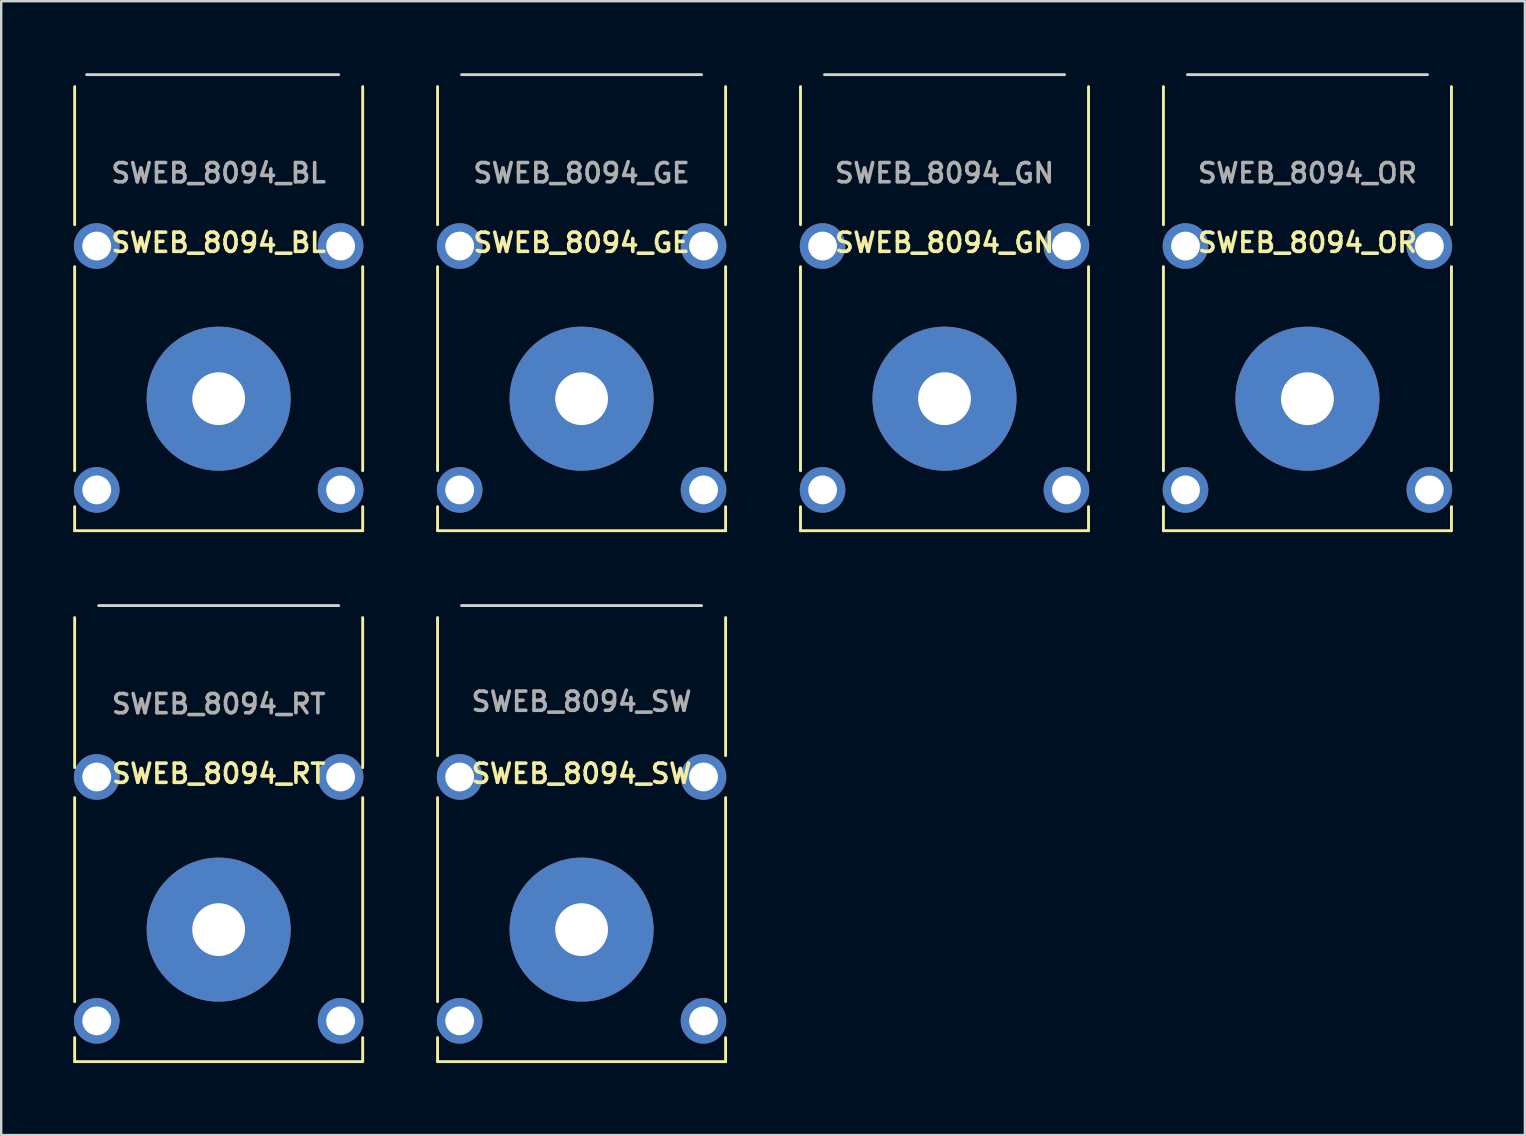
<source format=kicad_pcb>
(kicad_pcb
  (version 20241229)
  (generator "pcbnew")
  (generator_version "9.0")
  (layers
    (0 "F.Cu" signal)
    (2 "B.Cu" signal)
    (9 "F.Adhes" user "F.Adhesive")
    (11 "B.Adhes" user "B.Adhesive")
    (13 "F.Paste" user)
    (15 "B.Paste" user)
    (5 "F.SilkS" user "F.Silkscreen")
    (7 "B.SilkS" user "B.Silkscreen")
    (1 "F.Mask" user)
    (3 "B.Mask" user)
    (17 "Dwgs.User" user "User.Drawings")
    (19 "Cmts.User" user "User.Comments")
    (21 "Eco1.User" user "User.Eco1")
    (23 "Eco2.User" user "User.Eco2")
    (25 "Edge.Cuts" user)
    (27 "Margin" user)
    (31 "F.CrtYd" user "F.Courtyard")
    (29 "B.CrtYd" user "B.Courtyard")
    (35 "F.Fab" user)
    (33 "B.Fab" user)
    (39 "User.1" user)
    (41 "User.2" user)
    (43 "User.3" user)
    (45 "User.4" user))
  (footprint "SWEB_8094_BL"
    (layer "F.Cu")
    (at 6.06 13.56)
    (property "Reference" "SWEB_8094_BL" (at 0 -6.5 0) (unlocked yes) (layer "F.SilkS") (effects (font (size 0.8 0.8) (thickness 0.15))))
    (attr through_hole)
    (fp_line (start -6 -13) (end -6 -7.25) (stroke (width 0.12) (type solid)) (layer "F.SilkS"))
    (fp_line (start -6 -5.5) (end -6 3) (stroke (width 0.12) (type solid)) (layer "F.SilkS"))
    (fp_line (start -6 5.5) (end -6 4.5) (stroke (width 0.12) (type solid)) (layer "F.SilkS"))
    (fp_line (start -6 5.5) (end 6 5.5) (stroke (width 0.12) (type solid)) (layer "F.SilkS"))
    (fp_line (start 6 -13) (end 6 -7.25) (stroke (width 0.12) (type solid)) (layer "F.SilkS"))
    (fp_line (start 6 -5.5) (end 6 3) (stroke (width 0.12) (type solid)) (layer "F.SilkS"))
    (fp_line (start 6 5.5) (end 6 4.5) (stroke (width 0.12) (type solid)) (layer "F.SilkS"))
    (fp_line (start -5.5 -13.5) (end 5 -13.5) (stroke (width 0.12) (type solid)) (layer "Edge.Cuts"))
    (fp_text user "${REFERENCE}" (at 0 -9.4 0) (unlocked yes) (layer "F.Fab") (effects (font (size 0.8 0.8) (thickness 0.15))))
    (pad "1" thru_hole circle (at 0 0) (size 6 6) (drill 2.2) (layers "*.Cu" "*.Mask"))
    (pad "2" thru_hole circle (at -5.08 3.8) (size 1.9 1.9) (drill 1.2) (layers "*.Cu" "*.Mask"))
    (pad "3" thru_hole circle (at 5.08 3.8) (size 1.9 1.9) (drill 1.2) (layers "*.Cu" "*.Mask"))
    (pad "4" thru_hole circle (at 5.08 -6.36) (size 1.9 1.9) (drill 1.2) (layers "*.Cu" "*.Mask"))
    (pad "5" thru_hole circle (at -5.08 -6.36) (size 1.9 1.9) (drill 1.2) (layers "*.Cu" "*.Mask")))
  (footprint "SWEB_8094_SW"
    (layer "F.Cu")
    (at 21.18 35.68)
    (property "Reference" "SWEB_8094_SW" (at 0 -6.5 0) (unlocked yes) (layer "F.SilkS") (effects (font (size 0.8 0.8) (thickness 0.15) (bold yes))))
    (attr through_hole)
    (fp_line (start -6 -13) (end -6 -7.25) (stroke (width 0.12) (type solid)) (layer "F.SilkS"))
    (fp_line (start -6 -5.5) (end -6 3) (stroke (width 0.12) (type solid)) (layer "F.SilkS"))
    (fp_line (start -6 5.5) (end -6 4.5) (stroke (width 0.12) (type solid)) (layer "F.SilkS"))
    (fp_line (start -6 5.5) (end 6 5.5) (stroke (width 0.12) (type solid)) (layer "F.SilkS"))
    (fp_line (start 6 -13) (end 6 -7.25) (stroke (width 0.12) (type solid)) (layer "F.SilkS"))
    (fp_line (start 6 -5.5) (end 6 3) (stroke (width 0.12) (type solid)) (layer "F.SilkS"))
    (fp_line (start 6 5.5) (end 6 4.5) (stroke (width 0.12) (type solid)) (layer "F.SilkS"))
    (fp_line (start -5 -13.5) (end 5 -13.5) (stroke (width 0.12) (type solid)) (layer "Edge.Cuts"))
    (fp_text user "${REFERENCE}" (at 0 -9.5 0) (unlocked yes) (layer "F.Fab") (effects (font (size 0.8 0.8) (thickness 0.15))))
    (pad "1" thru_hole circle (at 0 0) (size 6 6) (drill 2.2) (layers "*.Cu" "*.Mask"))
    (pad "2" thru_hole circle (at -5.08 3.8) (size 1.9 1.9) (drill 1.2) (layers "*.Cu" "*.Mask"))
    (pad "3" thru_hole circle (at 5.08 3.8) (size 1.9 1.9) (drill 1.2) (layers "*.Cu" "*.Mask"))
    (pad "4" thru_hole circle (at 5.08 -6.36) (size 1.9 1.9) (drill 1.2) (layers "*.Cu" "*.Mask"))
    (pad "5" thru_hole circle (at -5.08 -6.36) (size 1.9 1.9) (drill 1.2) (layers "*.Cu" "*.Mask")))
  (footprint "SWEB_8094_RT"
    (layer "F.Cu")
    (at 6.06 35.68)
    (property "Reference" "SWEB_8094_RT" (at 0 -6.5 0) (unlocked yes) (layer "F.SilkS") (effects (font (size 0.8 0.8) (thickness 0.15))))
    (attr through_hole)
    (fp_line (start -6 -13) (end -6 -6.75) (stroke (width 0.12) (type solid)) (layer "F.SilkS"))
    (fp_line (start -6 -5.5) (end -6 3) (stroke (width 0.12) (type solid)) (layer "F.SilkS"))
    (fp_line (start -6 5.5) (end -6 4.5) (stroke (width 0.12) (type solid)) (layer "F.SilkS"))
    (fp_line (start -6 5.5) (end 6 5.5) (stroke (width 0.12) (type solid)) (layer "F.SilkS"))
    (fp_line (start 6 -13) (end 6 -6.75) (stroke (width 0.12) (type solid)) (layer "F.SilkS"))
    (fp_line (start 6 -5.5) (end 6 3) (stroke (width 0.12) (type solid)) (layer "F.SilkS"))
    (fp_line (start 6 5.5) (end 6 4.5) (stroke (width 0.12) (type solid)) (layer "F.SilkS"))
    (fp_line (start -5 -13.5) (end 5 -13.5) (stroke (width 0.12) (type solid)) (layer "Edge.Cuts"))
    (fp_text user "${REFERENCE}" (at 0 -9.4 0) (unlocked yes) (layer "F.Fab") (effects (font (size 0.8 0.8) (thickness 0.15))))
    (pad "1" thru_hole circle (at 0 0) (size 6 6) (drill 2.2) (layers "*.Cu" "*.Mask"))
    (pad "2" thru_hole circle (at -5.08 3.8) (size 1.9 1.9) (drill 1.2) (layers "*.Cu" "*.Mask"))
    (pad "3" thru_hole circle (at 5.08 3.8) (size 1.9 1.9) (drill 1.2) (layers "*.Cu" "*.Mask"))
    (pad "4" thru_hole circle (at 5.08 -6.36) (size 1.9 1.9) (drill 1.2) (layers "*.Cu" "*.Mask"))
    (pad "5" thru_hole circle (at -5.08 -6.36) (size 1.9 1.9) (drill 1.2) (layers "*.Cu" "*.Mask")))
  (footprint "SWEB_8094_GE"
    (layer "F.Cu")
    (at 21.18 13.56)
    (property "Reference" "SWEB_8094_GE" (at 0 -6.5 0) (unlocked yes) (layer "F.SilkS") (effects (font (size 0.8 0.8) (thickness 0.15))))
    (attr through_hole)
    (fp_line (start -6 -13) (end -6 -7.25) (stroke (width 0.12) (type solid)) (layer "F.SilkS"))
    (fp_line (start -6 -5.5) (end -6 3) (stroke (width 0.12) (type solid)) (layer "F.SilkS"))
    (fp_line (start -6 5.5) (end -6 4.5) (stroke (width 0.12) (type solid)) (layer "F.SilkS"))
    (fp_line (start -6 5.5) (end 6 5.5) (stroke (width 0.12) (type solid)) (layer "F.SilkS"))
    (fp_line (start 6 -13) (end 6 -7.25) (stroke (width 0.12) (type solid)) (layer "F.SilkS"))
    (fp_line (start 6 -5.5) (end 6 3) (stroke (width 0.12) (type solid)) (layer "F.SilkS"))
    (fp_line (start 6 5.5) (end 6 4.5) (stroke (width 0.12) (type solid)) (layer "F.SilkS"))
    (fp_line (start -5 -13.5) (end 5 -13.5) (stroke (width 0.12) (type solid)) (layer "Edge.Cuts"))
    (fp_text user "${REFERENCE}" (at 0 -9.4 0) (unlocked yes) (layer "F.Fab") (effects (font (size 0.8 0.8) (thickness 0.15))))
    (pad "1" thru_hole circle (at 0 0) (size 6 6) (drill 2.2) (layers "*.Cu" "*.Mask"))
    (pad "2" thru_hole circle (at -5.08 3.8) (size 1.9 1.9) (drill 1.2) (layers "*.Cu" "*.Mask"))
    (pad "3" thru_hole circle (at 5.08 3.8) (size 1.9 1.9) (drill 1.2) (layers "*.Cu" "*.Mask"))
    (pad "4" thru_hole circle (at 5.08 -6.36) (size 1.9 1.9) (drill 1.2) (layers "*.Cu" "*.Mask"))
    (pad "5" thru_hole circle (at -5.08 -6.36) (size 1.9 1.9) (drill 1.2) (layers "*.Cu" "*.Mask")))
  (footprint "SWEB_8094_OR"
    (layer "F.Cu")
    (at 51.42 13.56)
    (property "Reference" "SWEB_8094_OR" (at 0 -6.5 0) (unlocked yes) (layer "F.SilkS") (effects (font (size 0.8 0.8) (thickness 0.15))))
    (attr through_hole)
    (fp_line (start -6 -13) (end -6 -7.25) (stroke (width 0.12) (type solid)) (layer "F.SilkS"))
    (fp_line (start -6 -5.5) (end -6 3) (stroke (width 0.12) (type solid)) (layer "F.SilkS"))
    (fp_line (start -6 5.5) (end -6 4.5) (stroke (width 0.12) (type solid)) (layer "F.SilkS"))
    (fp_line (start -6 5.5) (end 6 5.5) (stroke (width 0.12) (type solid)) (layer "F.SilkS"))
    (fp_line (start 6 -13) (end 6 -7.25) (stroke (width 0.12) (type solid)) (layer "F.SilkS"))
    (fp_line (start 6 -5.5) (end 6 3) (stroke (width 0.12) (type solid)) (layer "F.SilkS"))
    (fp_line (start 6 5.5) (end 6 4.5) (stroke (width 0.12) (type solid)) (layer "F.SilkS"))
    (fp_line (start -5 -13.5) (end 5 -13.5) (stroke (width 0.12) (type solid)) (layer "Edge.Cuts"))
    (fp_text user "${REFERENCE}" (at 0 -9.4 0) (unlocked yes) (layer "F.Fab") (effects (font (size 0.8 0.8) (thickness 0.15))))
    (pad "1" thru_hole circle (at 0 0) (size 6 6) (drill 2.2) (layers "*.Cu" "*.Mask"))
    (pad "2" thru_hole circle (at -5.08 3.8) (size 1.9 1.9) (drill 1.2) (layers "*.Cu" "*.Mask"))
    (pad "3" thru_hole circle (at 5.08 3.8) (size 1.9 1.9) (drill 1.2) (layers "*.Cu" "*.Mask"))
    (pad "4" thru_hole circle (at 5.08 -6.36) (size 1.9 1.9) (drill 1.2) (layers "*.Cu" "*.Mask"))
    (pad "5" thru_hole circle (at -5.08 -6.36) (size 1.9 1.9) (drill 1.2) (layers "*.Cu" "*.Mask")))
  (footprint "SWEB_8094_GN"
    (layer "F.Cu")
    (at 36.3 13.56)
    (property "Reference" "SWEB_8094_GN" (at 0 -6.5 0) (unlocked yes) (layer "F.SilkS") (effects (font (size 0.8 0.8) (thickness 0.15))))
    (attr through_hole)
    (fp_line (start -6 -13) (end -6 -7.25) (stroke (width 0.12) (type solid)) (layer "F.SilkS"))
    (fp_line (start -6 -5.5) (end -6 3) (stroke (width 0.12) (type solid)) (layer "F.SilkS"))
    (fp_line (start -6 5.5) (end -6 4.5) (stroke (width 0.12) (type solid)) (layer "F.SilkS"))
    (fp_line (start -6 5.5) (end 6 5.5) (stroke (width 0.12) (type solid)) (layer "F.SilkS"))
    (fp_line (start 6 -13) (end 6 -7.25) (stroke (width 0.12) (type solid)) (layer "F.SilkS"))
    (fp_line (start 6 -5.5) (end 6 3) (stroke (width 0.12) (type solid)) (layer "F.SilkS"))
    (fp_line (start 6 5.5) (end 6 4.5) (stroke (width 0.12) (type solid)) (layer "F.SilkS"))
    (fp_line (start -5 -13.5) (end 5 -13.5) (stroke (width 0.12) (type solid)) (layer "Edge.Cuts"))
    (fp_text user "${REFERENCE}" (at 0 -9.4 0) (unlocked yes) (layer "F.Fab") (effects (font (size 0.8 0.8) (thickness 0.15))))
    (pad "1" thru_hole circle (at 0 0) (size 6 6) (drill 2.2) (layers "*.Cu" "*.Mask"))
    (pad "2" thru_hole circle (at -5.08 3.8) (size 1.9 1.9) (drill 1.2) (layers "*.Cu" "*.Mask"))
    (pad "3" thru_hole circle (at 5.08 3.8) (size 1.9 1.9) (drill 1.2) (layers "*.Cu" "*.Mask"))
    (pad "4" thru_hole circle (at 5.08 -6.36) (size 1.9 1.9) (drill 1.2) (layers "*.Cu" "*.Mask"))
    (pad "5" thru_hole circle (at -5.08 -6.36) (size 1.9 1.9) (drill 1.2) (layers "*.Cu" "*.Mask")))
  (gr_rect
    (start -3 -3)
    (end 60.48 44.24)
    (stroke (width 0.1) (type default))
    (fill no)
    (layer "Edge.Cuts")))
</source>
